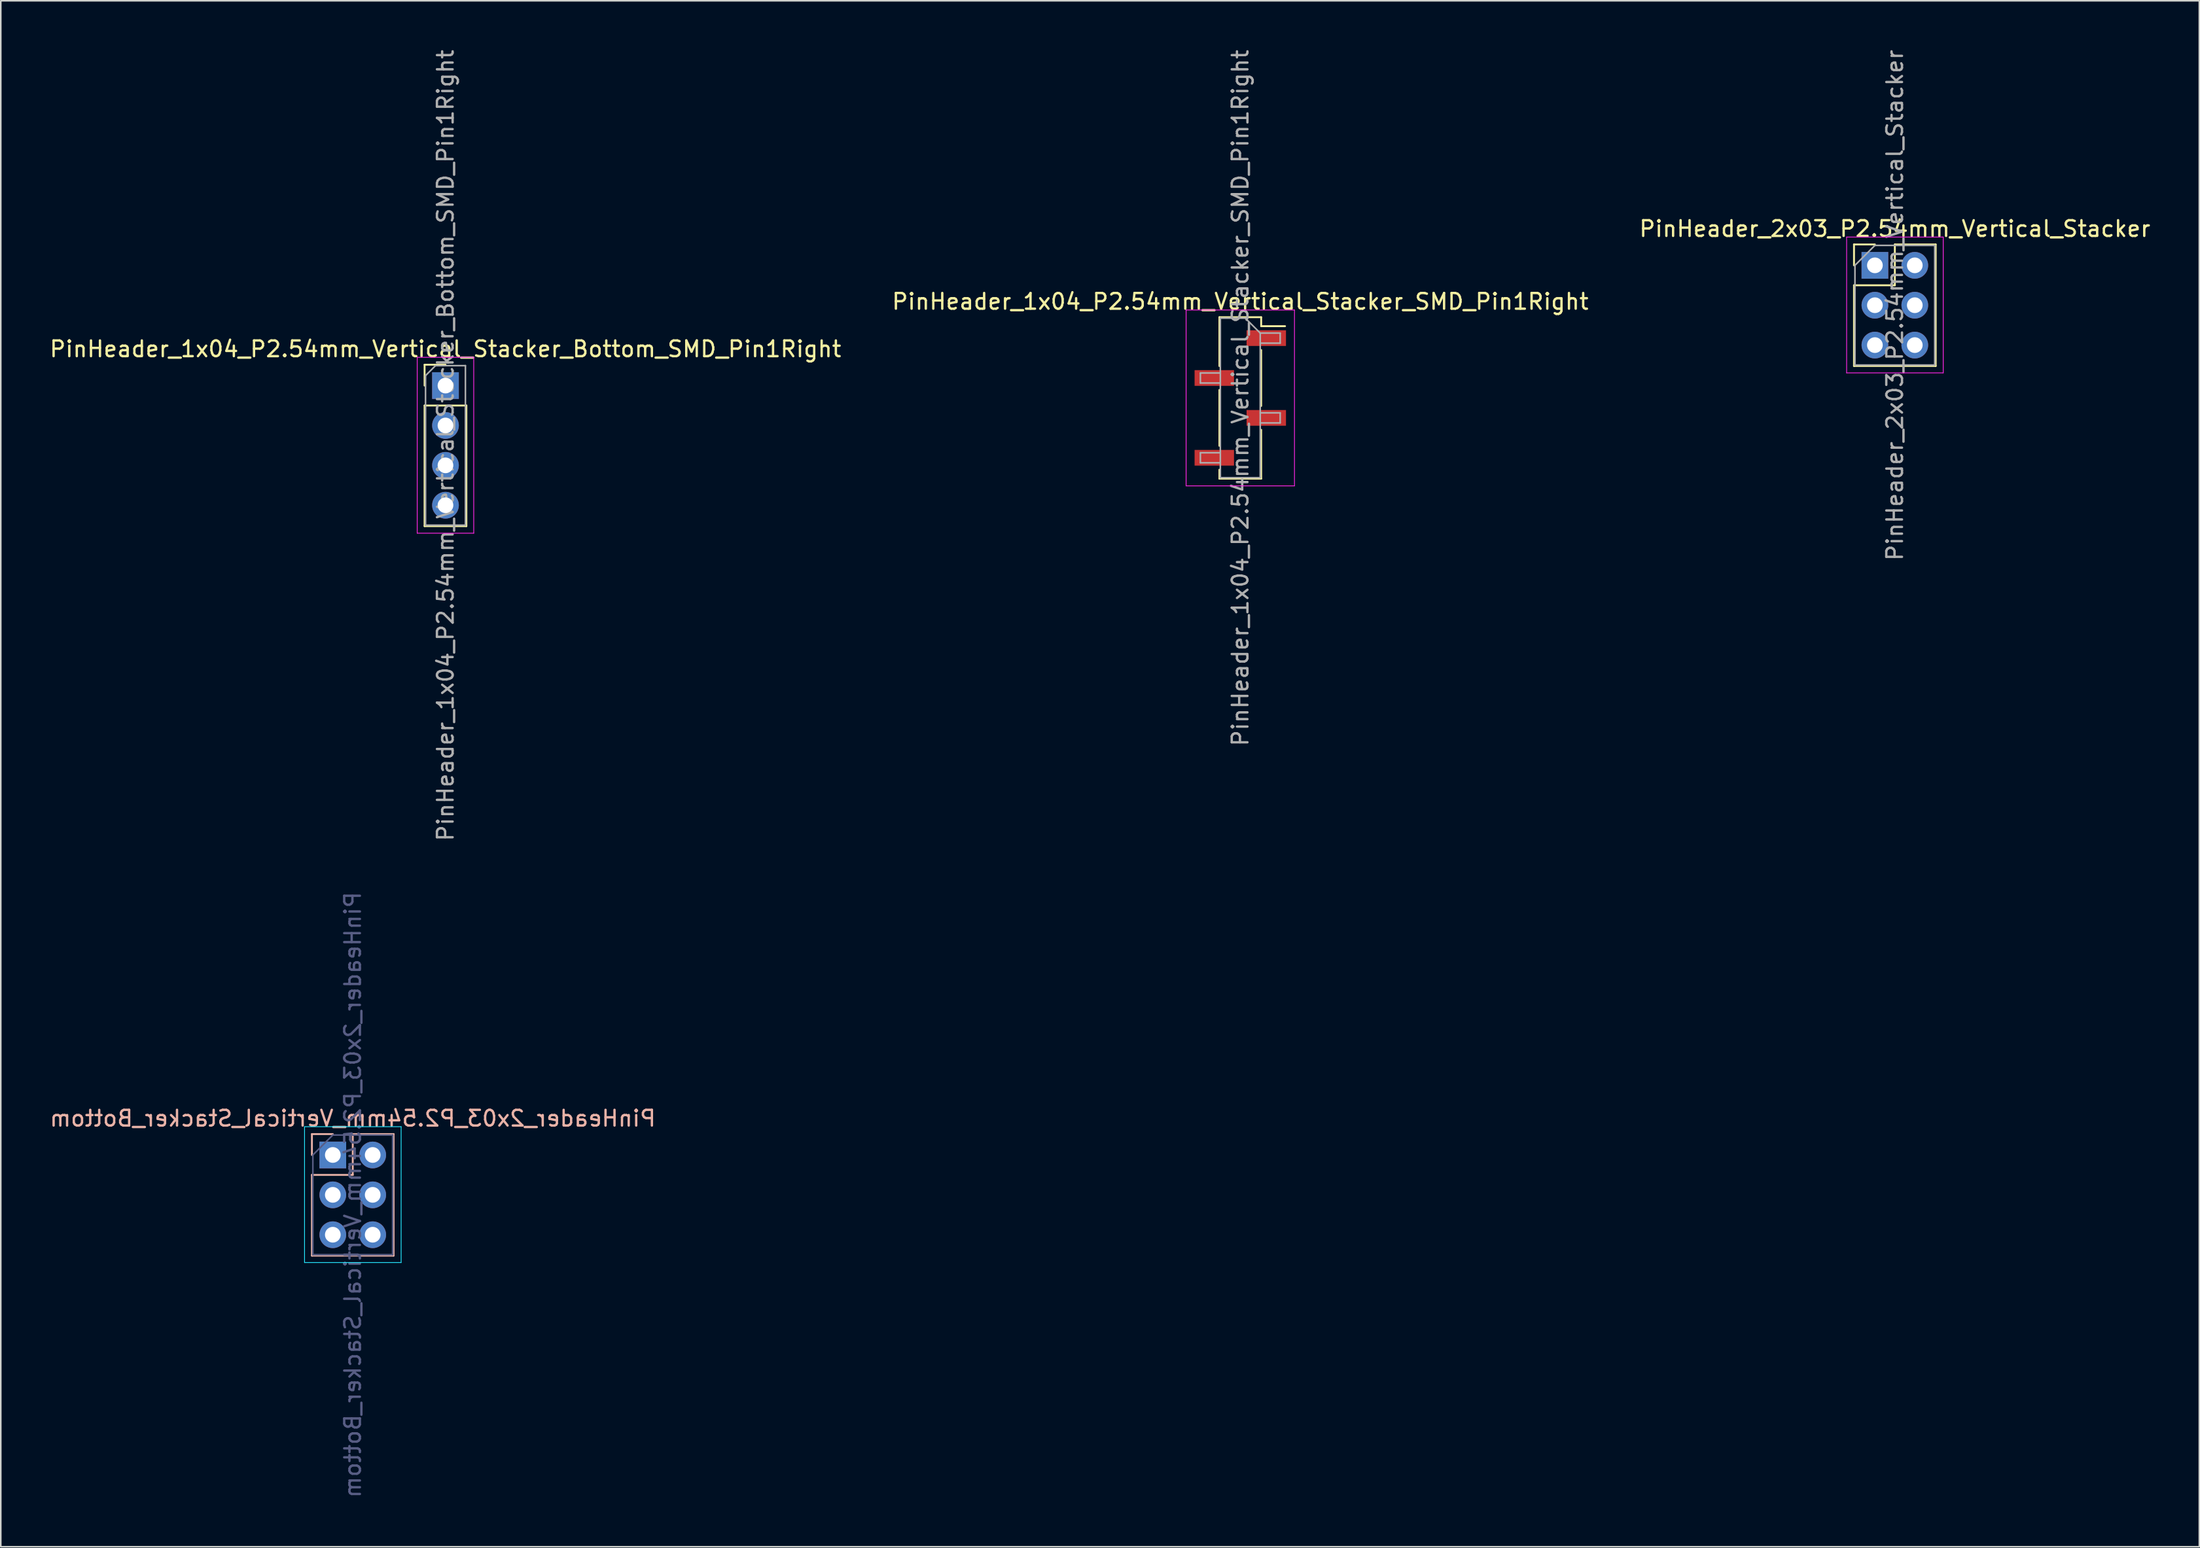
<source format=kicad_pcb>
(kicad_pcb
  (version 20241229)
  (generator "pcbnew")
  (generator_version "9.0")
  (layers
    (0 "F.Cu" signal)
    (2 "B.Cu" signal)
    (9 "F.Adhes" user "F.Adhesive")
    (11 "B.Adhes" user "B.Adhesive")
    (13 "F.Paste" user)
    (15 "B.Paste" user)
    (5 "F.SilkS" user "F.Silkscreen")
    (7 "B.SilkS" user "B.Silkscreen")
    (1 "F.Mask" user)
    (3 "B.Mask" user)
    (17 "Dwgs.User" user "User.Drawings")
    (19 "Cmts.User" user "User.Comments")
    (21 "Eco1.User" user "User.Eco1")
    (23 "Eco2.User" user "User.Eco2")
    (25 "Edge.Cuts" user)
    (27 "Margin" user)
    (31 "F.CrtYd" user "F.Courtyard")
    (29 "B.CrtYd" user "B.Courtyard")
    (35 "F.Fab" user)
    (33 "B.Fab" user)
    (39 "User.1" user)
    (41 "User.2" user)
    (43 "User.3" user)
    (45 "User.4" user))
  (footprint "PinHeader_2x03_P2.54mm_Vertical_Stacker_Bottom"
    (layer "F.Cu")
    (at 18.141 70.502)
    (property "Reference" "PinHeader_2x03_P2.54mm_Vertical_Stacker_Bottom" (at 1.27 -2.33 180) (layer "B.SilkS") (effects (font (size 1 1) (thickness 0.15)) (justify mirror)))
    (attr through_hole)
    (fp_line (start -1.33 -1.33) (end 0 -1.33) (stroke (width 0.12) (type solid)) (layer "B.SilkS"))
    (fp_line (start -1.33 0) (end -1.33 -1.33) (stroke (width 0.12) (type solid)) (layer "B.SilkS"))
    (fp_line (start -1.33 1.27) (end -1.33 6.41) (stroke (width 0.12) (type solid)) (layer "B.SilkS"))
    (fp_line (start -1.33 1.27) (end 1.27 1.27) (stroke (width 0.12) (type solid)) (layer "B.SilkS"))
    (fp_line (start -1.33 6.41) (end 3.87 6.41) (stroke (width 0.12) (type solid)) (layer "B.SilkS"))
    (fp_line (start 1.27 -1.33) (end 3.87 -1.33) (stroke (width 0.12) (type solid)) (layer "B.SilkS"))
    (fp_line (start 1.27 1.27) (end 1.27 -1.33) (stroke (width 0.12) (type solid)) (layer "B.SilkS"))
    (fp_line (start 3.87 -1.33) (end 3.87 6.41) (stroke (width 0.12) (type solid)) (layer "B.SilkS"))
    (fp_line (start -1.8 -1.8) (end -1.8 6.85) (stroke (width 0.05) (type solid)) (layer "B.CrtYd"))
    (fp_line (start -1.8 6.85) (end 4.35 6.85) (stroke (width 0.05) (type solid)) (layer "B.CrtYd"))
    (fp_line (start 4.35 -1.8) (end -1.8 -1.8) (stroke (width 0.05) (type solid)) (layer "B.CrtYd"))
    (fp_line (start 4.35 6.85) (end 4.35 -1.8) (stroke (width 0.05) (type solid)) (layer "B.CrtYd"))
    (fp_line (start -1.27 0) (end 0 -1.27) (stroke (width 0.1) (type solid)) (layer "B.Fab"))
    (fp_line (start -1.27 6.35) (end -1.27 0) (stroke (width 0.1) (type solid)) (layer "B.Fab"))
    (fp_line (start 0 -1.27) (end 3.81 -1.27) (stroke (width 0.1) (type solid)) (layer "B.Fab"))
    (fp_line (start 3.81 -1.27) (end 3.81 6.35) (stroke (width 0.1) (type solid)) (layer "B.Fab"))
    (fp_line (start 3.81 6.35) (end -1.27 6.35) (stroke (width 0.1) (type solid)) (layer "B.Fab"))
    (fp_text user "${REFERENCE}" (at 1.27 2.54 90) (layer "B.Fab") (effects (font (size 1 1) (thickness 0.15)) (justify mirror)))
    (pad "1" thru_hole rect (at 0 0 180) (size 1.7 1.7) (drill 1) (layers "*.Cu" "*.Mask"))
    (pad "2" thru_hole oval (at 2.54 0 180) (size 1.7 1.7) (drill 1) (layers "*.Cu" "*.Mask"))
    (pad "3" thru_hole oval (at 0 2.54 180) (size 1.7 1.7) (drill 1) (layers "*.Cu" "*.Mask"))
    (pad "4" thru_hole oval (at 2.54 2.54 180) (size 1.7 1.7) (drill 1) (layers "*.Cu" "*.Mask"))
    (pad "5" thru_hole oval (at 0 5.08 180) (size 1.7 1.7) (drill 1) (layers "*.Cu" "*.Mask"))
    (pad "6" thru_hole oval (at 2.54 5.08 180) (size 1.7 1.7) (drill 1) (layers "*.Cu" "*.Mask")))
  (footprint "PinHeader_2x03_P2.54mm_Vertical_Stacker"
    (layer "F.Cu")
    (at 116.331 13.847)
    (property "Reference" "PinHeader_2x03_P2.54mm_Vertical_Stacker" (at 1.27 -2.33 0) (layer "F.SilkS") (effects (font (size 1 1) (thickness 0.15))))
    (attr through_hole)
    (fp_line (start -1.33 -1.33) (end 0 -1.33) (stroke (width 0.12) (type solid)) (layer "F.SilkS"))
    (fp_line (start -1.33 0) (end -1.33 -1.33) (stroke (width 0.12) (type solid)) (layer "F.SilkS"))
    (fp_line (start -1.33 1.27) (end -1.33 6.41) (stroke (width 0.12) (type solid)) (layer "F.SilkS"))
    (fp_line (start -1.33 1.27) (end 1.27 1.27) (stroke (width 0.12) (type solid)) (layer "F.SilkS"))
    (fp_line (start -1.33 6.41) (end 3.87 6.41) (stroke (width 0.12) (type solid)) (layer "F.SilkS"))
    (fp_line (start 1.27 -1.33) (end 3.87 -1.33) (stroke (width 0.12) (type solid)) (layer "F.SilkS"))
    (fp_line (start 1.27 1.27) (end 1.27 -1.33) (stroke (width 0.12) (type solid)) (layer "F.SilkS"))
    (fp_line (start 3.87 -1.33) (end 3.87 6.41) (stroke (width 0.12) (type solid)) (layer "F.SilkS"))
    (fp_line (start -1.8 -1.8) (end -1.8 6.85) (stroke (width 0.05) (type solid)) (layer "F.CrtYd"))
    (fp_line (start -1.8 6.85) (end 4.35 6.85) (stroke (width 0.05) (type solid)) (layer "F.CrtYd"))
    (fp_line (start 4.35 -1.8) (end -1.8 -1.8) (stroke (width 0.05) (type solid)) (layer "F.CrtYd"))
    (fp_line (start 4.35 6.85) (end 4.35 -1.8) (stroke (width 0.05) (type solid)) (layer "F.CrtYd"))
    (fp_line (start -1.27 0) (end 0 -1.27) (stroke (width 0.1) (type solid)) (layer "F.Fab"))
    (fp_line (start -1.27 6.35) (end -1.27 0) (stroke (width 0.1) (type solid)) (layer "F.Fab"))
    (fp_line (start 0 -1.27) (end 3.81 -1.27) (stroke (width 0.1) (type solid)) (layer "F.Fab"))
    (fp_line (start 3.81 -1.27) (end 3.81 6.35) (stroke (width 0.1) (type solid)) (layer "F.Fab"))
    (fp_line (start 3.81 6.35) (end -1.27 6.35) (stroke (width 0.1) (type solid)) (layer "F.Fab"))
    (fp_text user "${REFERENCE}" (at 1.27 2.54 90) (layer "F.Fab") (effects (font (size 1 1) (thickness 0.15))))
    (pad "1" thru_hole rect (at 0 0) (size 1.7 1.7) (drill 1) (layers "*.Cu" "*.Mask"))
    (pad "2" thru_hole oval (at 2.54 0) (size 1.7 1.7) (drill 1) (layers "*.Cu" "*.Mask"))
    (pad "3" thru_hole oval (at 0 2.54) (size 1.7 1.7) (drill 1) (layers "*.Cu" "*.Mask"))
    (pad "4" thru_hole oval (at 2.54 2.54) (size 1.7 1.7) (drill 1) (layers "*.Cu" "*.Mask"))
    (pad "5" thru_hole oval (at 0 5.08) (size 1.7 1.7) (drill 1) (layers "*.Cu" "*.Mask"))
    (pad "6" thru_hole oval (at 2.54 5.08) (size 1.7 1.7) (drill 1) (layers "*.Cu" "*.Mask")))
  (footprint "PinHeader_1x04_P2.54mm_Vertical_Stacker_SMD_Pin1Right"
    (layer "F.Cu")
    (at 75.923 22.292)
    (property "Reference" "PinHeader_1x04_P2.54mm_Vertical_Stacker_SMD_Pin1Right" (at 0 -6.14 0) (layer "F.SilkS") (effects (font (size 1 1) (thickness 0.15))))
    (attr smd)
    (fp_line (start -1.33 -5.14) (end -1.33 -2.03) (stroke (width 0.12) (type solid)) (layer "F.SilkS"))
    (fp_line (start -1.33 -5.14) (end 1.33 -5.14) (stroke (width 0.12) (type solid)) (layer "F.SilkS"))
    (fp_line (start -1.33 -0.51) (end -1.33 3.05) (stroke (width 0.12) (type solid)) (layer "F.SilkS"))
    (fp_line (start -1.33 4.57) (end -1.33 5.14) (stroke (width 0.12) (type solid)) (layer "F.SilkS"))
    (fp_line (start -1.33 5.14) (end 1.33 5.14) (stroke (width 0.12) (type solid)) (layer "F.SilkS"))
    (fp_line (start 1.33 -5.14) (end 1.33 -4.57) (stroke (width 0.12) (type solid)) (layer "F.SilkS"))
    (fp_line (start 1.33 -4.57) (end 2.85 -4.57) (stroke (width 0.12) (type solid)) (layer "F.SilkS"))
    (fp_line (start 1.33 -3.05) (end 1.33 0.51) (stroke (width 0.12) (type solid)) (layer "F.SilkS"))
    (fp_line (start 1.33 2.03) (end 1.33 5.14) (stroke (width 0.12) (type solid)) (layer "F.SilkS"))
    (fp_line (start -3.45 -5.6) (end -3.45 5.6) (stroke (width 0.05) (type solid)) (layer "F.CrtYd"))
    (fp_line (start -3.45 5.6) (end 3.45 5.6) (stroke (width 0.05) (type solid)) (layer "F.CrtYd"))
    (fp_line (start 3.45 -5.6) (end -3.45 -5.6) (stroke (width 0.05) (type solid)) (layer "F.CrtYd"))
    (fp_line (start 3.45 5.6) (end 3.45 -5.6) (stroke (width 0.05) (type solid)) (layer "F.CrtYd"))
    (fp_line (start -2.54 -1.59) (end -2.54 -0.95) (stroke (width 0.1) (type solid)) (layer "F.Fab"))
    (fp_line (start -2.54 -0.95) (end -1.27 -0.95) (stroke (width 0.1) (type solid)) (layer "F.Fab"))
    (fp_line (start -2.54 3.49) (end -2.54 4.13) (stroke (width 0.1) (type solid)) (layer "F.Fab"))
    (fp_line (start -2.54 4.13) (end -1.27 4.13) (stroke (width 0.1) (type solid)) (layer "F.Fab"))
    (fp_line (start -1.27 -5.08) (end -1.27 5.08) (stroke (width 0.1) (type solid)) (layer "F.Fab"))
    (fp_line (start -1.27 -5.08) (end 0.32 -5.08) (stroke (width 0.1) (type solid)) (layer "F.Fab"))
    (fp_line (start -1.27 -1.59) (end -2.54 -1.59) (stroke (width 0.1) (type solid)) (layer "F.Fab"))
    (fp_line (start -1.27 3.49) (end -2.54 3.49) (stroke (width 0.1) (type solid)) (layer "F.Fab"))
    (fp_line (start 1.27 -4.13) (end 0.32 -5.08) (stroke (width 0.1) (type solid)) (layer "F.Fab"))
    (fp_line (start 1.27 -4.13) (end 2.54 -4.13) (stroke (width 0.1) (type solid)) (layer "F.Fab"))
    (fp_line (start 1.27 0.95) (end 2.54 0.95) (stroke (width 0.1) (type solid)) (layer "F.Fab"))
    (fp_line (start 1.27 5.08) (end -1.27 5.08) (stroke (width 0.1) (type solid)) (layer "F.Fab"))
    (fp_line (start 1.27 5.08) (end 1.27 -4.13) (stroke (width 0.1) (type solid)) (layer "F.Fab"))
    (fp_line (start 2.54 -4.13) (end 2.54 -3.49) (stroke (width 0.1) (type solid)) (layer "F.Fab"))
    (fp_line (start 2.54 -3.49) (end 1.27 -3.49) (stroke (width 0.1) (type solid)) (layer "F.Fab"))
    (fp_line (start 2.54 0.95) (end 2.54 1.59) (stroke (width 0.1) (type solid)) (layer "F.Fab"))
    (fp_line (start 2.54 1.59) (end 1.27 1.59) (stroke (width 0.1) (type solid)) (layer "F.Fab"))
    (fp_text user "${REFERENCE}" (at 0 0 90) (layer "F.Fab") (effects (font (size 1 1) (thickness 0.15))))
    (pad "1" smd rect (at 1.655 -3.81) (size 2.51 1) (layers "F.Cu" "F.Mask" "F.Paste"))
    (pad "2" smd rect (at -1.655 -1.27) (size 2.51 1) (layers "F.Cu" "F.Mask" "F.Paste"))
    (pad "3" smd rect (at 1.655 1.27) (size 2.51 1) (layers "F.Cu" "F.Mask" "F.Paste"))
    (pad "4" smd rect (at -1.655 3.81) (size 2.51 1) (layers "F.Cu" "F.Mask" "F.Paste")))
  (footprint "PinHeader_1x04_P2.54mm_Vertical_Stacker_Bottom_SMD_Pin1Right"
    (layer "F.Cu")
    (at 25.315 21.505)
    (property "Reference" "PinHeader_1x04_P2.54mm_Vertical_Stacker_Bottom_SMD_Pin1Right" (at 0 -2.33 0) (layer "F.SilkS") (effects (font (size 1 1) (thickness 0.15))))
    (attr through_hole)
    (fp_line (start -1.33 -1.33) (end 0 -1.33) (stroke (width 0.12) (type solid)) (layer "F.SilkS"))
    (fp_line (start -1.33 0) (end -1.33 -1.33) (stroke (width 0.12) (type solid)) (layer "F.SilkS"))
    (fp_line (start -1.33 1.27) (end -1.33 8.95) (stroke (width 0.12) (type solid)) (layer "F.SilkS"))
    (fp_line (start -1.33 1.27) (end 1.33 1.27) (stroke (width 0.12) (type solid)) (layer "F.SilkS"))
    (fp_line (start -1.33 8.95) (end 1.33 8.95) (stroke (width 0.12) (type solid)) (layer "F.SilkS"))
    (fp_line (start 1.33 1.27) (end 1.33 8.95) (stroke (width 0.12) (type solid)) (layer "F.SilkS"))
    (fp_line (start -1.8 -1.8) (end -1.8 9.4) (stroke (width 0.05) (type solid)) (layer "F.CrtYd"))
    (fp_line (start -1.8 9.4) (end 1.8 9.4) (stroke (width 0.05) (type solid)) (layer "F.CrtYd"))
    (fp_line (start 1.8 -1.8) (end -1.8 -1.8) (stroke (width 0.05) (type solid)) (layer "F.CrtYd"))
    (fp_line (start 1.8 9.4) (end 1.8 -1.8) (stroke (width 0.05) (type solid)) (layer "F.CrtYd"))
    (fp_line (start -1.27 -0.635) (end -0.635 -1.27) (stroke (width 0.1) (type solid)) (layer "F.Fab"))
    (fp_line (start -1.27 8.89) (end -1.27 -0.635) (stroke (width 0.1) (type solid)) (layer "F.Fab"))
    (fp_line (start -0.635 -1.27) (end 1.27 -1.27) (stroke (width 0.1) (type solid)) (layer "F.Fab"))
    (fp_line (start 1.27 -1.27) (end 1.27 8.89) (stroke (width 0.1) (type solid)) (layer "F.Fab"))
    (fp_line (start 1.27 8.89) (end -1.27 8.89) (stroke (width 0.1) (type solid)) (layer "F.Fab"))
    (fp_text user "${REFERENCE}" (at 0 3.81 90) (layer "F.Fab") (effects (font (size 1 1) (thickness 0.15))))
    (pad "1" thru_hole rect (at 0 0) (size 1.7 1.7) (drill 1) (layers "*.Cu" "*.Mask"))
    (pad "2" thru_hole oval (at 0 2.54) (size 1.7 1.7) (drill 1) (layers "*.Cu" "*.Mask"))
    (pad "3" thru_hole oval (at 0 5.08) (size 1.7 1.7) (drill 1) (layers "*.Cu" "*.Mask"))
    (pad "4" thru_hole oval (at 0 7.62) (size 1.7 1.7) (drill 1) (layers "*.Cu" "*.Mask")))
  (gr_rect
    (start -3 -3)
    (end 136.988 95.452)
    (stroke (width 0.1) (type default))
    (fill no)
    (layer "Edge.Cuts")))
</source>
